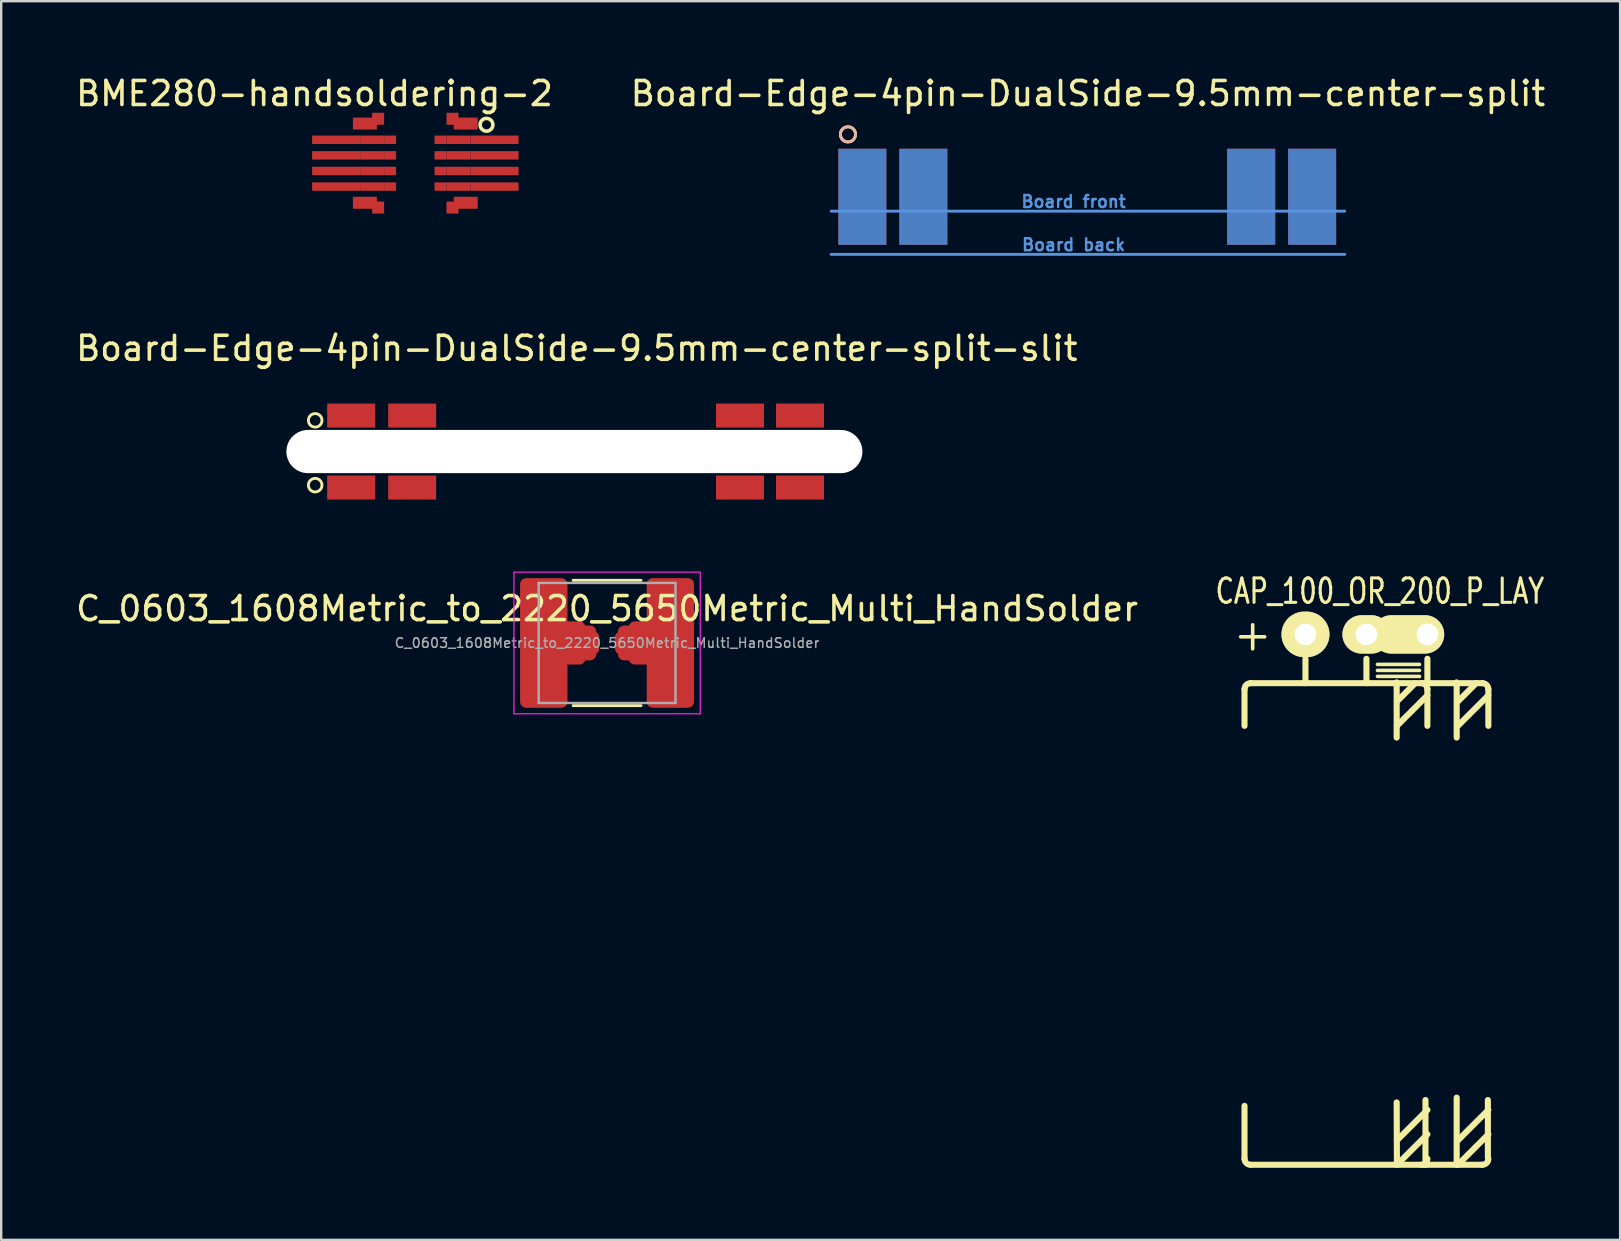
<source format=kicad_pcb>
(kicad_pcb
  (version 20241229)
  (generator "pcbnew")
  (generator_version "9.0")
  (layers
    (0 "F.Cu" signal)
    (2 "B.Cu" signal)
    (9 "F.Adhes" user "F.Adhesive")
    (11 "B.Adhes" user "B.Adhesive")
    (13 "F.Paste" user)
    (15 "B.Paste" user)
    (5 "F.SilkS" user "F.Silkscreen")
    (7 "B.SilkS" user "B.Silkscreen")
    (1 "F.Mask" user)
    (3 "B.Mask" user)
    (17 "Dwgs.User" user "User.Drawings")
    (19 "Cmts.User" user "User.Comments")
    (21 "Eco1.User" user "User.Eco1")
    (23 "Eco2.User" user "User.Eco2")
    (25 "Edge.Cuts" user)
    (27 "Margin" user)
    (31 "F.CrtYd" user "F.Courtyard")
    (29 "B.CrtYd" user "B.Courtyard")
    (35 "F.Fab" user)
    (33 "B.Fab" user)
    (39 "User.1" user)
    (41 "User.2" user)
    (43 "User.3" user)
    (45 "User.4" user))
  (footprint "Board-Edge-4pin-DualSide-9.5mm-center-split"
    (layer "F.Cu")
    (at 42.28 5.148)
    (property "Reference" "Board-Edge-4pin-DualSide-9.5mm-center-split" (at 0 -4.3 0) (layer "F.SilkS") (effects (font (size 1 1) (thickness 0.15))))
    (attr through_hole)
    (fp_circle (center -10 -2.6) (end -9.9 -2.3) (stroke (width 0.12) (type solid)) (fill no) (layer "F.SilkS"))
    (fp_circle (center -10 -2.6) (end -9.9 -2.9) (stroke (width 0.12) (type solid)) (fill no) (layer "B.SilkS"))
    (fp_line (start -10.7 0.6) (end 10.7 0.6) (stroke (width 0.12) (type solid)) (layer "Cmts.User"))
    (fp_line (start -10.7 2.4) (end 10.7 2.4) (stroke (width 0.12) (type solid)) (layer "Cmts.User"))
    (fp_text user "Board back" (at -0.6 2 0) (layer "Cmts.User") (effects (font (size 0.5 0.5) (thickness 0.1))))
    (fp_text user "Board front" (at -0.6 0.2 0) (layer "Cmts.User") (effects (font (size 0.5 0.5) (thickness 0.1))))
    (pad "1" smd rect (at -9.4 -0.000002) (size 2 4) (layers "B.Cu" "B.Mask"))
    (pad "1" smd rect (at -9.4 0) (size 2 4) (layers "F.Cu" "F.Mask"))
    (pad "2" smd rect (at -6.86 -0.000002) (size 2 4) (layers "B.Cu" "B.Mask"))
    (pad "2" smd rect (at -6.86 0) (size 2 4) (layers "F.Cu" "F.Mask"))
    (pad "3" smd rect (at 6.8 -0.000002) (size 2 4) (layers "B.Cu" "B.Mask"))
    (pad "3" smd rect (at 6.8 0) (size 2 4) (layers "F.Cu" "F.Mask"))
    (pad "4" smd rect (at 9.34 -0.000002) (size 2 4) (layers "B.Cu" "B.Mask"))
    (pad "4" smd rect (at 9.34 0) (size 2 4) (layers "F.Cu" "F.Mask")))
  (footprint "Board-Edge-4pin-DualSide-9.5mm-center-split-slit"
    (layer "F.Cu")
    (at 20.982 15.764)
    (property "Reference" "Board-Edge-4pin-DualSide-9.5mm-center-split-slit" (at 0 -4.3 0) (layer "F.SilkS") (effects (font (size 1 1) (thickness 0.15))))
    (attr through_hole)
    (fp_circle (center -10.9 -1.3) (end -10.7 -1.1) (stroke (width 0.12) (type solid)) (fill no) (layer "F.SilkS"))
    (fp_circle (center -10.9 1.4) (end -10.7 1.6) (stroke (width 0.12) (type solid)) (fill no) (layer "F.SilkS"))
    (pad "" np_thru_hole oval (at -0.1 0) (size 24 1.8) (drill oval 24 1.8) (layers "*.Cu" "B.Mask"))
    (pad "1" smd rect (at -9.4 -1.5) (size 2 1) (layers "F.Cu" "F.Mask"))
    (pad "1" smd rect (at -9.4 1.5) (size 2 1) (layers "F.Cu" "F.Mask"))
    (pad "2" smd rect (at -6.86 -1.5) (size 2 1) (layers "F.Cu" "F.Mask"))
    (pad "2" smd rect (at -6.86 1.5) (size 2 1) (layers "F.Cu" "F.Mask"))
    (pad "3" smd rect (at 6.8 -1.5) (size 2 1) (layers "F.Cu" "F.Mask"))
    (pad "3" smd rect (at 6.8 1.5) (size 2 1) (layers "F.Cu" "F.Mask"))
    (pad "4" smd rect (at 9.3 -1.5) (size 2 1) (layers "F.Cu" "F.Mask"))
    (pad "4" smd rect (at 9.3 1.5) (size 2 1) (layers "F.Cu" "F.Mask")))
  (footprint "BME280-handsoldering-2"
    (layer "F.Cu")
    (at 14.254 3.748)
    (property "Reference" "BME280-handsoldering-2" (at -4.2 -2.9 0) (layer "F.SilkS") (effects (font (size 1 1) (thickness 0.15))))
    (attr through_hole)
    (fp_circle (center 2.966 -1.6) (end 3.166 -1.425) (stroke (width 0.15) (type solid)) (fill no) (layer "F.SilkS"))
    (pad "1" smd rect (at 1.05 -0.975) (size 0.5 0.35) (layers "F.Cu" "F.Mask" "F.Paste"))
    (pad "1" smd rect (at 1.8 -0.975) (size 1 0.35) (layers "F.Cu"))
    (pad "1" smd rect (at 3.3 -0.975) (size 2 0.35) (layers "F.Cu" "F.Mask" "F.Paste"))
    (pad "2" smd rect (at 1.05 -0.325) (size 0.5 0.35) (layers "F.Cu" "F.Mask" "F.Paste"))
    (pad "2" smd rect (at 1.8 -0.325) (size 1 0.35) (layers "F.Cu"))
    (pad "2" smd rect (at 3.3 -0.325) (size 2 0.35) (layers "F.Cu" "F.Mask" "F.Paste"))
    (pad "3" smd rect (at 1.05 0.325) (size 0.5 0.35) (layers "F.Cu" "F.Mask" "F.Paste"))
    (pad "3" smd rect (at 1.8 0.325) (size 1 0.35) (layers "F.Cu"))
    (pad "3" smd rect (at 3.3 0.325) (size 2 0.35) (layers "F.Cu" "F.Mask" "F.Paste"))
    (pad "4" smd rect (at 1.05 0.975) (size 0.5 0.35) (layers "F.Cu" "F.Mask" "F.Paste"))
    (pad "4" smd rect (at 1.8 0.975) (size 1 0.35) (layers "F.Cu"))
    (pad "4" smd rect (at 3.3 0.975) (size 2 0.35) (layers "F.Cu" "F.Mask" "F.Paste"))
    (pad "5" smd rect (at -3.3 0.975 180) (size 2 0.35) (layers "F.Cu" "F.Mask" "F.Paste"))
    (pad "5" smd rect (at -1.8 0.975 180) (size 1 0.35) (layers "F.Cu"))
    (pad "5" smd rect (at -1.05 0.975) (size 0.5 0.35) (layers "F.Cu" "F.Mask" "F.Paste"))
    (pad "6" smd rect (at -3.3 0.325 180) (size 2 0.35) (layers "F.Cu" "F.Mask" "F.Paste"))
    (pad "6" smd rect (at -1.8 0.325 180) (size 1 0.35) (layers "F.Cu"))
    (pad "6" smd rect (at -1.05 0.325) (size 0.5 0.35) (layers "F.Cu" "F.Mask" "F.Paste"))
    (pad "7" smd rect (at -3.3 -0.325 180) (size 2 0.35) (layers "F.Cu" "F.Mask" "F.Paste"))
    (pad "7" smd rect (at -1.8 -0.325 180) (size 1 0.35) (layers "F.Cu"))
    (pad "7" smd rect (at -1.05 -0.325) (size 0.5 0.35) (layers "F.Cu" "F.Mask" "F.Paste"))
    (pad "8" smd rect (at -3.3 -0.975 180) (size 2 0.35) (layers "F.Cu" "F.Mask" "F.Paste"))
    (pad "8" smd rect (at -1.8 -0.975 180) (size 1 0.35) (layers "F.Cu"))
    (pad "8" smd rect (at -1.05 -0.975) (size 0.5 0.35) (layers "F.Cu" "F.Mask" "F.Paste"))
    (pad "NC" smd rect (at -2.1 -1.65 90) (size 0.5 1) (layers "F.Cu"))
    (pad "NC" smd rect (at -2.1 1.65 270) (size 0.5 1) (layers "F.Cu"))
    (pad "NC" smd rect (at -1.55 -1.85 180) (size 0.5 0.5) (layers "F.Cu"))
    (pad "NC" smd rect (at -1.55 1.85 180) (size 0.5 0.5) (layers "F.Cu" "F.Mask" "F.Paste"))
    (pad "NC" smd rect (at 1.55 -1.85) (size 0.5 0.5) (layers "F.Cu"))
    (pad "NC" smd rect (at 1.55 1.85) (size 0.5 0.5) (layers "F.Cu"))
    (pad "NC" smd rect (at 2.1 -1.65 90) (size 0.5 1) (layers "F.Cu"))
    (pad "NC" smd rect (at 2.1 1.65 270) (size 0.5 1) (layers "F.Cu")))
  (footprint "C_0603_1608Metric_to_2220_5650Metric_Multi_HandSolder"
    (layer "F.Cu")
    (at 22.244 23.739)
    (property "Reference" "C_0603_1608Metric_to_2220_5650Metric_Multi_HandSolder" (at 0 -1.43 0) (layer "F.SilkS") (effects (font (size 1 1) (thickness 0.15))))
    (attr smd)
    (fp_line (start -1.416 -2.61) (end 1.416 -2.61) (stroke (width 0.12) (type solid)) (layer "F.SilkS"))
    (fp_line (start -1.416 2.61) (end 1.416 2.61) (stroke (width 0.12) (type solid)) (layer "F.SilkS"))
    (fp_line (start -3.88 -2.95) (end 3.88 -2.95) (stroke (width 0.05) (type solid)) (layer "F.CrtYd"))
    (fp_line (start -3.88 2.95) (end -3.88 -2.95) (stroke (width 0.05) (type solid)) (layer "F.CrtYd"))
    (fp_line (start 3.88 -2.95) (end 3.88 2.95) (stroke (width 0.05) (type solid)) (layer "F.CrtYd"))
    (fp_line (start 3.88 2.95) (end -3.88 2.95) (stroke (width 0.05) (type solid)) (layer "F.CrtYd"))
    (fp_line (start -2.85 -2.5) (end 2.85 -2.5) (stroke (width 0.1) (type solid)) (layer "F.Fab"))
    (fp_line (start -2.85 2.5) (end -2.85 -2.5) (stroke (width 0.1) (type solid)) (layer "F.Fab"))
    (fp_line (start 2.85 -2.5) (end 2.85 2.5) (stroke (width 0.1) (type solid)) (layer "F.Fab"))
    (fp_line (start 2.85 2.5) (end -2.85 2.5) (stroke (width 0.1) (type solid)) (layer "F.Fab"))
    (fp_text user "${REFERENCE}" (at 0 0 0) (layer "F.Fab") (effects (font (size 0.4 0.4) (thickness 0.06))))
    (pad "1" smd roundrect (at -2.638 0) (size 1.975 5.4) (layers "F.Cu" "F.Mask" "F.Paste") (roundrect_rratio 0.127))
    (pad "1" smd roundrect (at -1.562 0) (size 1.325 1.8) (layers "F.Cu" "F.Mask" "F.Paste") (roundrect_rratio 0.189))
    (pad "1" smd roundrect (at -1.038 0) (size 1.175 1.45) (layers "F.Cu" "F.Mask" "F.Paste") (roundrect_rratio 0.213))
    (pad "1" smd roundrect (at -0.863 0) (size 1.075 0.95) (layers "F.Cu" "F.Mask" "F.Paste") (roundrect_rratio 0.25))
    (pad "2" smd roundrect (at 0.863 0) (size 1.075 0.95) (layers "F.Cu" "F.Mask" "F.Paste") (roundrect_rratio 0.25))
    (pad "2" smd roundrect (at 1.038 0) (size 1.175 1.45) (layers "F.Cu" "F.Mask" "F.Paste") (roundrect_rratio 0.213))
    (pad "2" smd roundrect (at 1.562 0) (size 1.325 1.8) (layers "F.Cu" "F.Mask" "F.Paste") (roundrect_rratio 0.189))
    (pad "2" smd roundrect (at 2.638 0) (size 1.975 5.4) (layers "F.Cu" "F.Mask" "F.Paste") (roundrect_rratio 0.127)))
  (footprint "CAP_100_OR_200_P_LAY"
    (layer "F.Cu")
    (at 51.342 23.382)
    (property "Reference" "CAP_100_OR_200_P_LAY" (at 3.1 -1.8 0) (layer "F.SilkS") (effects (font (size 1.016 0.762) (thickness 0.127))))
    (attr through_hole)
    (fp_line (start -2.7 0.1) (end -1.7 0.1) (stroke (width 0.15) (type solid)) (layer "F.SilkS"))
    (fp_line (start -2.54 2.286) (end -2.54 3.81) (stroke (width 0.254) (type solid)) (layer "F.SilkS"))
    (fp_line (start -2.54 19.644) (end -2.54 21.844) (stroke (width 0.254) (type solid)) (layer "F.SilkS"))
    (fp_line (start -2.286 2.032) (end 7.366 2.032) (stroke (width 0.254) (type solid)) (layer "F.SilkS"))
    (fp_line (start -2.286 22.098) (end 7.366 22.098) (stroke (width 0.254) (type solid)) (layer "F.SilkS"))
    (fp_line (start -2.2 -0.4) (end -2.2 0.6) (stroke (width 0.15) (type solid)) (layer "F.SilkS"))
    (fp_line (start 0 2.032) (end 0 1.016) (stroke (width 0.254) (type solid)) (layer "F.SilkS"))
    (fp_line (start 2.54 2.032) (end 2.54 1.016) (stroke (width 0.254) (type solid)) (layer "F.SilkS"))
    (fp_line (start 3 1.25) (end 4.75 1.25) (stroke (width 0.15) (type solid)) (layer "F.SilkS"))
    (fp_line (start 3 1.5) (end 4.75 1.5) (stroke (width 0.15) (type solid)) (layer "F.SilkS"))
    (fp_line (start 3 1.75) (end 4.75 1.75) (stroke (width 0.15) (type solid)) (layer "F.SilkS"))
    (fp_line (start 3.8 2) (end 3.8 4.3) (stroke (width 0.254) (type solid)) (layer "F.SilkS"))
    (fp_line (start 3.8 19.5) (end 3.81 22.098) (stroke (width 0.254) (type solid)) (layer "F.SilkS"))
    (fp_line (start 3.81 21.082) (end 5.08 19.812) (stroke (width 0.254) (type solid)) (layer "F.SilkS"))
    (fp_line (start 3.81 22.098) (end 5.08 20.828) (stroke (width 0.254) (type solid)) (layer "F.SilkS"))
    (fp_line (start 4.572 2.032) (end 3.81 2.794) (stroke (width 0.254) (type solid)) (layer "F.SilkS"))
    (fp_line (start 5 19.4) (end 5 22.1) (stroke (width 0.254) (type solid)) (layer "F.SilkS"))
    (fp_line (start 5.08 2.032) (end 5.08 1.016) (stroke (width 0.254) (type solid)) (layer "F.SilkS"))
    (fp_line (start 5.08 2.286) (end 5.08 3.81) (stroke (width 0.254) (type solid)) (layer "F.SilkS"))
    (fp_line (start 5.08 2.54) (end 3.81 3.81) (stroke (width 0.254) (type solid)) (layer "F.SilkS"))
    (fp_line (start 6.3 2) (end 6.3 4.3) (stroke (width 0.254) (type solid)) (layer "F.SilkS"))
    (fp_line (start 6.3 19.3) (end 6.3 22.1) (stroke (width 0.254) (type solid)) (layer "F.SilkS"))
    (fp_line (start 6.35 21.082) (end 7.62 19.812) (stroke (width 0.254) (type solid)) (layer "F.SilkS"))
    (fp_line (start 6.35 22.098) (end 7.62 20.828) (stroke (width 0.254) (type solid)) (layer "F.SilkS"))
    (fp_line (start 7.112 2.032) (end 6.35 2.794) (stroke (width 0.254) (type solid)) (layer "F.SilkS"))
    (fp_line (start 7.6 19.4) (end 7.6 21.8) (stroke (width 0.254) (type solid)) (layer "F.SilkS"))
    (fp_line (start 7.62 2.286) (end 7.62 3.81) (stroke (width 0.254) (type solid)) (layer "F.SilkS"))
    (fp_line (start 7.62 2.54) (end 6.35 3.81) (stroke (width 0.254) (type solid)) (layer "F.SilkS"))
    (fp_arc (start -2.54 2.286) (mid -2.465605 2.106395) (end -2.286 2.032) (stroke (width 0.254) (type solid)) (layer "F.SilkS"))
    (fp_arc (start -2.286 22.098) (mid -2.465605 22.023605) (end -2.54 21.844) (stroke (width 0.254) (type solid)) (layer "F.SilkS"))
    (fp_arc (start 4.826 2.032) (mid 5.005605 2.106395) (end 5.08 2.286) (stroke (width 0.254) (type solid)) (layer "F.SilkS"))
    (fp_arc (start 5.08 21.844) (mid 5.005605 22.023605) (end 4.826 22.098) (stroke (width 0.254) (type solid)) (layer "F.SilkS"))
    (fp_arc (start 7.366 2.032) (mid 7.545605 2.106395) (end 7.62 2.286) (stroke (width 0.254) (type solid)) (layer "F.SilkS"))
    (fp_arc (start 7.62 21.844) (mid 7.545605 22.023605) (end 7.366 22.098) (stroke (width 0.254) (type solid)) (layer "F.SilkS"))
    (pad "1" thru_hole oval (at 0 0) (size 2 1.9) (drill 0.9) (layers "*.Cu" "*.Mask" "F.SilkS"))
    (pad "2" thru_hole oval (at 2.54 0) (size 2 1.6) (drill 0.9) (layers "*.Cu" "*.Mask" "F.SilkS"))
    (pad "2" thru_hole oval (at 5.08 0) (size 3 1.6) (drill 0.9 (offset -0.8 0)) (layers "*.Cu" "*.Mask" "F.SilkS")))
  (gr_rect
    (start -3 -3)
    (end 64.452 48.609)
    (stroke (width 0.1) (type default))
    (fill no)
    (layer "Edge.Cuts")))
</source>
